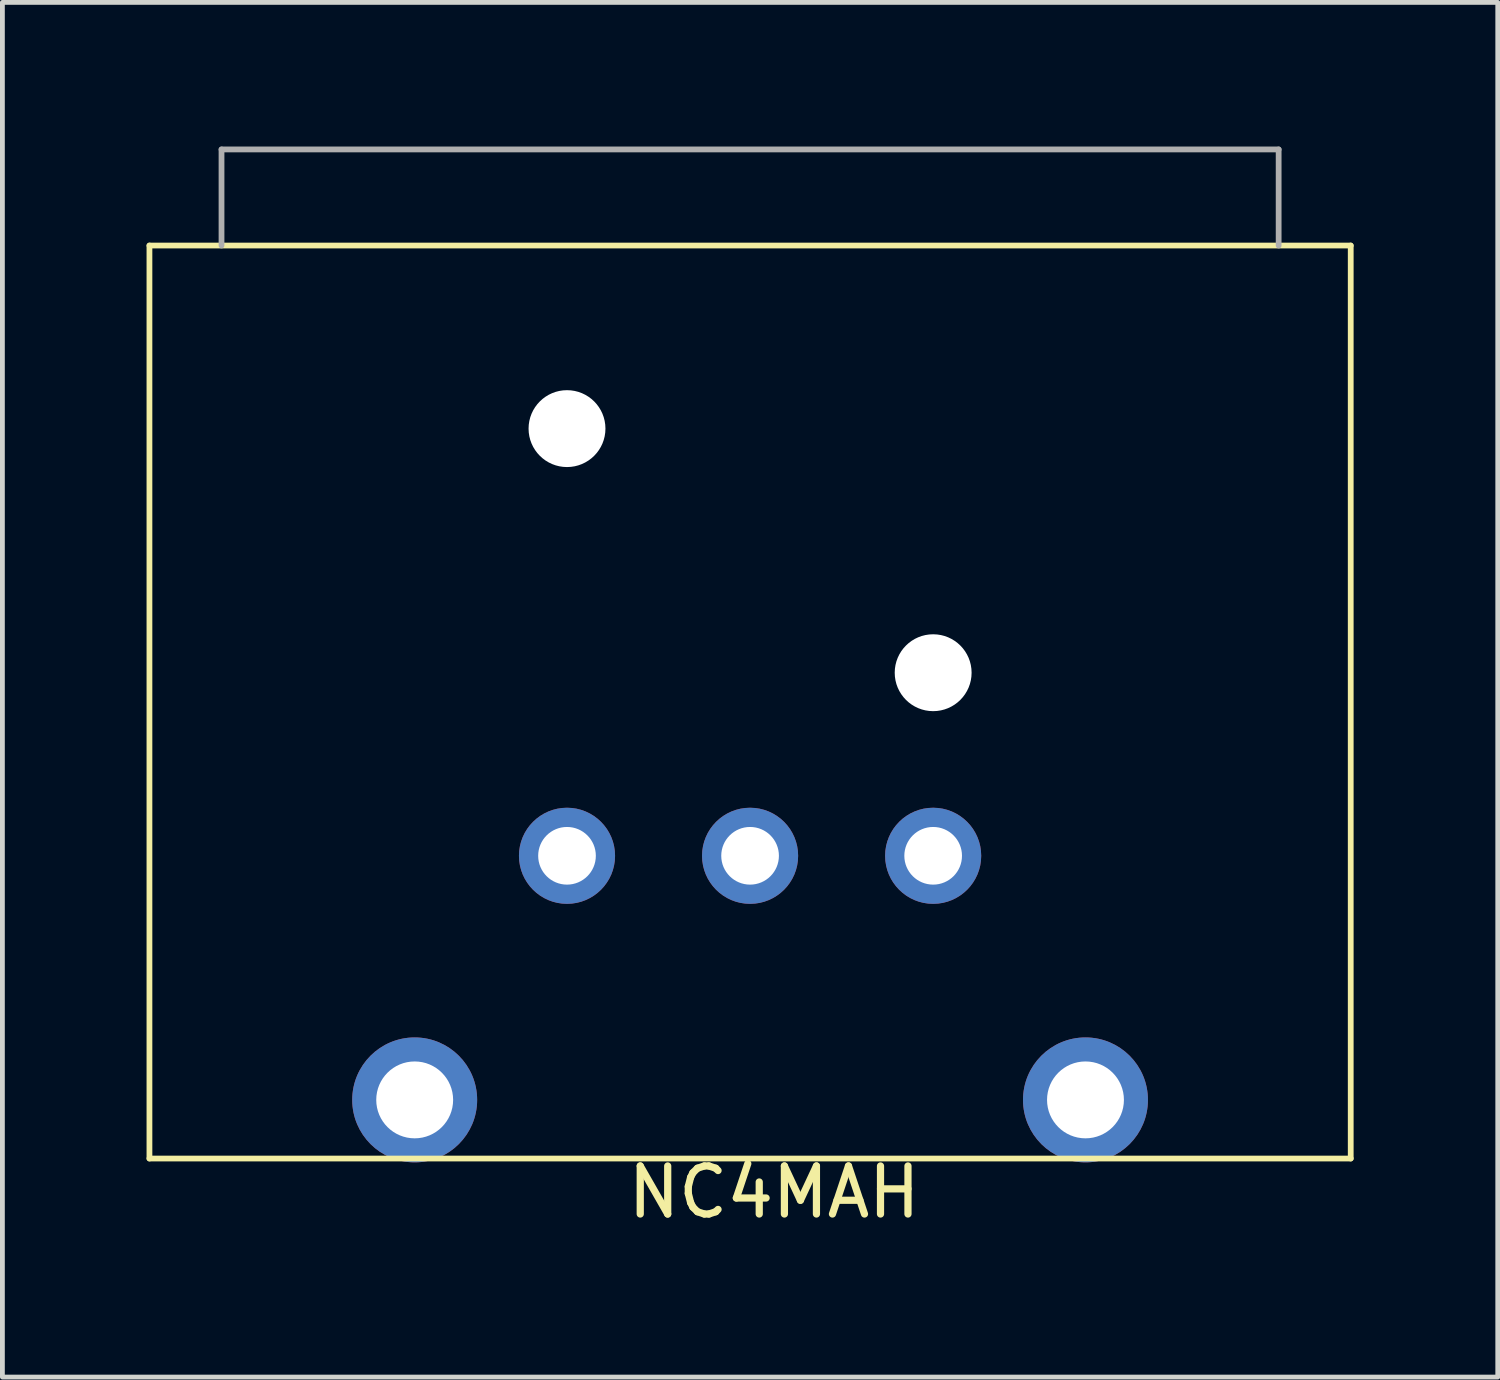
<source format=kicad_pcb>
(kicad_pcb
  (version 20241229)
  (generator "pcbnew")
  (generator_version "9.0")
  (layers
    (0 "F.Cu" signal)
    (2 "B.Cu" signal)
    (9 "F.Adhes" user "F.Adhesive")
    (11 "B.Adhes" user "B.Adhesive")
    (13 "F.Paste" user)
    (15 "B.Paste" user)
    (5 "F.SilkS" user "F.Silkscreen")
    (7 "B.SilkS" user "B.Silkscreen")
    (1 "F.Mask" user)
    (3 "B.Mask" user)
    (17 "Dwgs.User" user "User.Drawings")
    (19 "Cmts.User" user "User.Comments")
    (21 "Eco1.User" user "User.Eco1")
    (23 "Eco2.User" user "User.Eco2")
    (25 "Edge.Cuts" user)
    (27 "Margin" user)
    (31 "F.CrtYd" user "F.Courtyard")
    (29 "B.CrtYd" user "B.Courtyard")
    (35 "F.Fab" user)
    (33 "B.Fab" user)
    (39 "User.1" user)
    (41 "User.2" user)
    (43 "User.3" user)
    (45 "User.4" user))
  (footprint "NC4MAH"
    (layer "F.Cu")
    (at 12.56 14.76)
    (property "Reference" "NC4MAH" (at 0.5 7 0) (layer "F.SilkS") (effects (font (size 1 1) (thickness 0.15))))
    (attr through_hole)
    (fp_line (start -12.5 -12.7) (end -12.5 6.3) (stroke (width 0.12) (type solid)) (layer "F.SilkS"))
    (fp_line (start -12.5 -12.7) (end 12.5 -12.7) (stroke (width 0.12) (type solid)) (layer "F.SilkS"))
    (fp_line (start -12.5 6.3) (end 12.5 6.3) (stroke (width 0.12) (type solid)) (layer "F.SilkS"))
    (fp_line (start 12.5 -12.7) (end 12.5 6.3) (stroke (width 0.12) (type solid)) (layer "F.SilkS"))
    (fp_line (start -11 -14.7) (end -11 -12.7) (stroke (width 0.12) (type solid)) (layer "F.Fab"))
    (fp_line (start -11 -14.7) (end 11 -14.7) (stroke (width 0.12) (type solid)) (layer "F.Fab"))
    (fp_line (start 11 -14.7) (end 11 -12.7) (stroke (width 0.12) (type solid)) (layer "F.Fab"))
    (pad "" np_thru_hole circle (at -3.81 -8.89) (size 1.6 1.6) (drill 1.6) (layers "*.Cu" "*.Mask"))
    (pad "" np_thru_hole circle (at 3.81 -3.81) (size 1.6 1.6) (drill 1.6) (layers "*.Cu" "*.Mask"))
    (pad "1" thru_hole circle (at 6.98 5.08) (size 2.6 2.6) (drill 1.6) (layers "*.Cu" "*.Mask"))
    (pad "2" thru_hole circle (at 3.81 0) (size 2 2) (drill 1.2) (layers "*.Cu" "*.Mask"))
    (pad "3" thru_hole circle (at -3.81 0) (size 2 2) (drill 1.2) (layers "*.Cu" "*.Mask"))
    (pad "4" thru_hole circle (at -6.98 5.08) (size 2.6 2.6) (drill 1.6) (layers "*.Cu" "*.Mask"))
    (pad "G" thru_hole circle (at 0 0) (size 2 2) (drill 1.2) (layers "*.Cu" "*.Mask")))
  (gr_rect
    (start -3 -3)
    (end 28.12 25.608)
    (stroke (width 0.1) (type default))
    (fill no)
    (layer "Edge.Cuts")))
</source>
